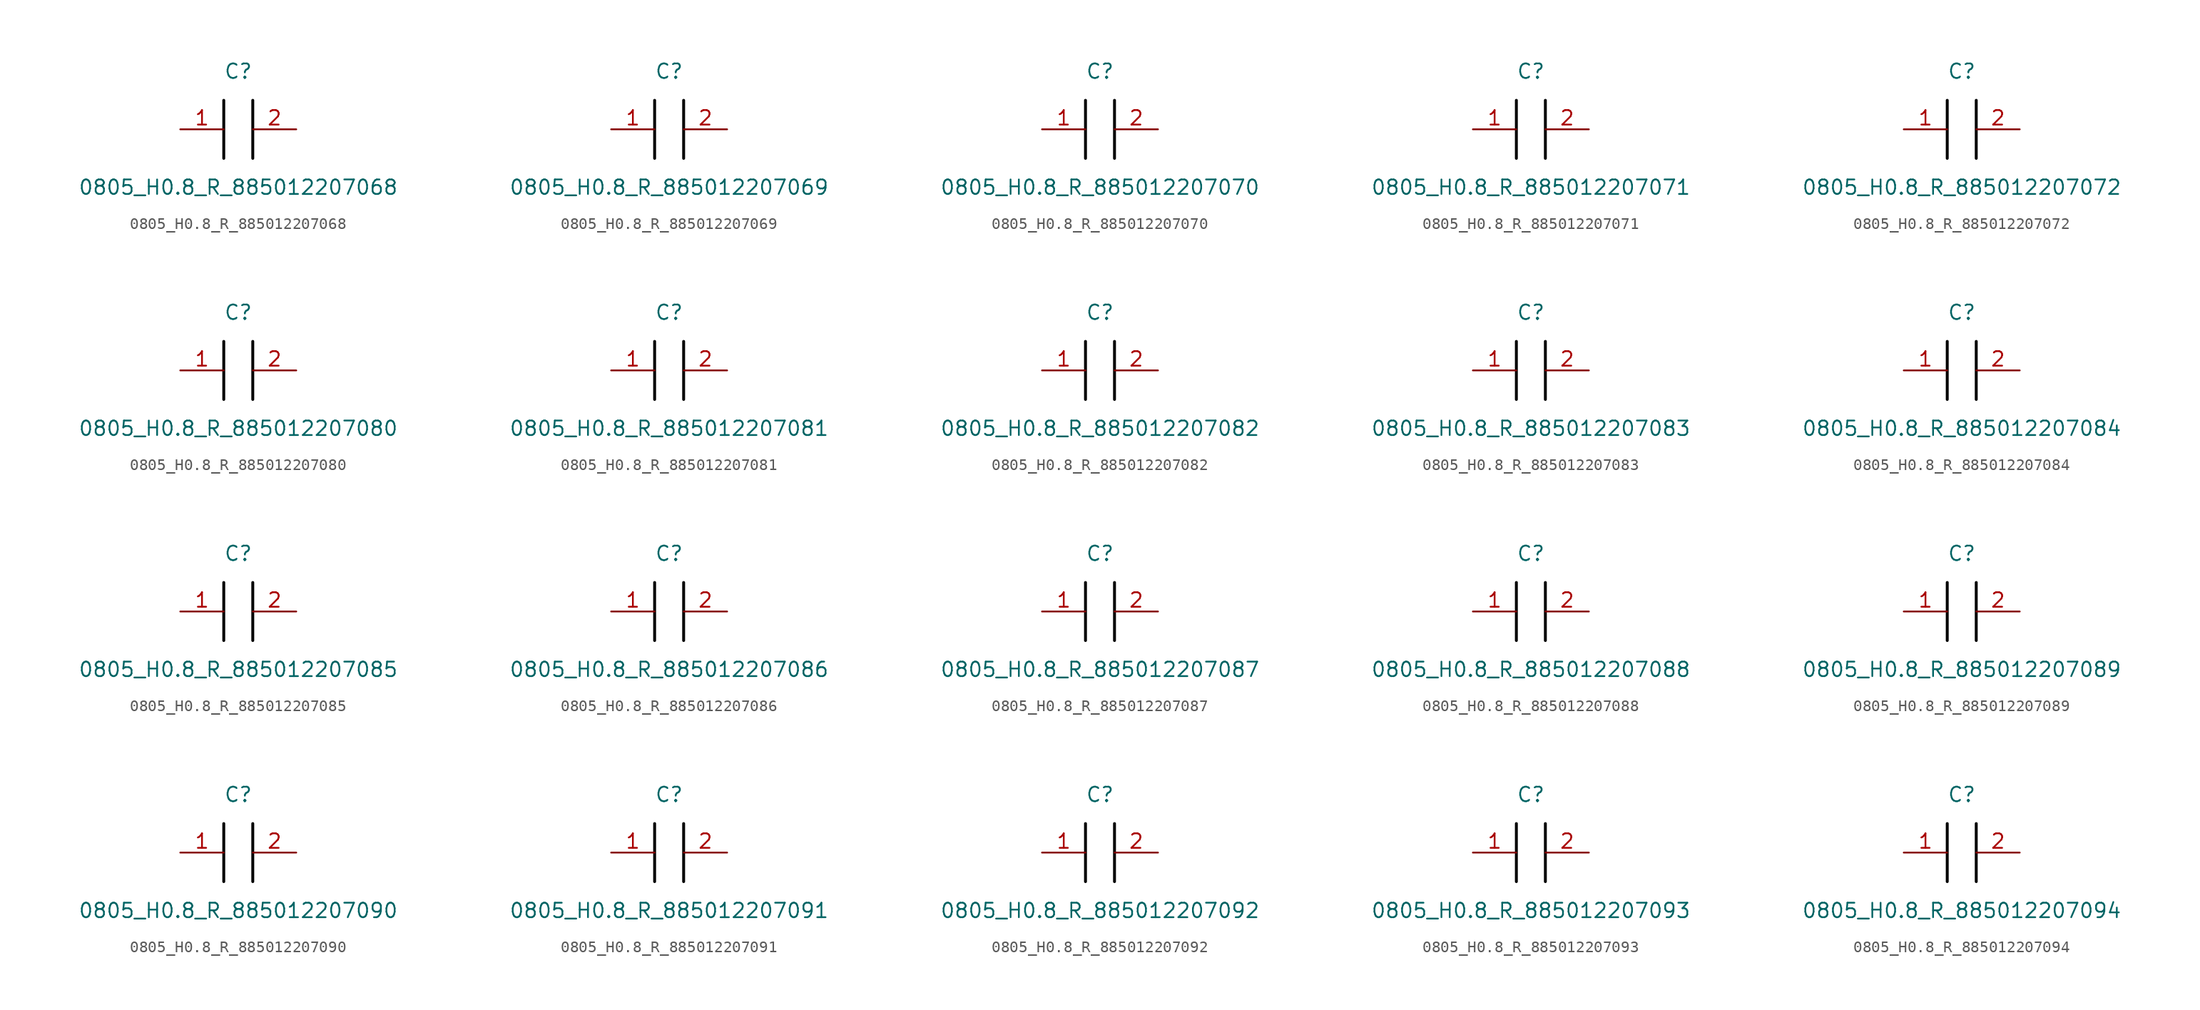
<source format=kicad_sym>
(kicad_symbol_lib
  (version 20220914)
  (generator kicad_symbol_editor)
  (symbol "0805_H0.8_R_885012207068"
    (pin_names hide)
    (property "Reference" "C"
      (at 0 5.08 0)
      (effects (font (size 1.27 1.27))))
    (property "Value" "0805_H0.8_R_885012207068"
      (at 0 -5.08 0)
      (effects (font (size 1.27 1.27))))
    (symbol "0805_H0.8_R_885012207068_1_1"
      (polyline (pts (xy -1.27 2.54) (xy -1.27 -2.54)) (stroke (width 0.254) (type default) (color 0 0 0 1)) (fill (type none)))
      (polyline (pts (xy 1.27 2.54) (xy 1.27 -2.54)) (stroke (width 0.254) (type default) (color 0 0 0 1)) (fill (type none)))
      (pin passive line (at -5.08 0 0) (length 3.81) (name "1" (effects (font (size 1.27 1.27)))) (number "1" (effects (font (size 1.27 1.27)))))
      (pin passive line (at 5.08 0 180) (length 3.81) (name "2" (effects (font (size 1.27 1.27)))) (number "2" (effects (font (size 1.27 1.27)))))))
  (symbol "0805_H0.8_R_885012207069"
    (pin_names hide)
    (property "Reference" "C"
      (at 0 5.08 0)
      (effects (font (size 1.27 1.27))))
    (property "Value" "0805_H0.8_R_885012207069"
      (at 0 -5.08 0)
      (effects (font (size 1.27 1.27))))
    (symbol "0805_H0.8_R_885012207069_1_1"
      (polyline (pts (xy -1.27 2.54) (xy -1.27 -2.54)) (stroke (width 0.254) (type default) (color 0 0 0 1)) (fill (type none)))
      (polyline (pts (xy 1.27 2.54) (xy 1.27 -2.54)) (stroke (width 0.254) (type default) (color 0 0 0 1)) (fill (type none)))
      (pin passive line (at -5.08 0 0) (length 3.81) (name "1" (effects (font (size 1.27 1.27)))) (number "1" (effects (font (size 1.27 1.27)))))
      (pin passive line (at 5.08 0 180) (length 3.81) (name "2" (effects (font (size 1.27 1.27)))) (number "2" (effects (font (size 1.27 1.27)))))))
  (symbol "0805_H0.8_R_885012207070"
    (pin_names hide)
    (property "Reference" "C"
      (at 0 5.08 0)
      (effects (font (size 1.27 1.27))))
    (property "Value" "0805_H0.8_R_885012207070"
      (at 0 -5.08 0)
      (effects (font (size 1.27 1.27))))
    (symbol "0805_H0.8_R_885012207070_1_1"
      (polyline (pts (xy -1.27 2.54) (xy -1.27 -2.54)) (stroke (width 0.254) (type default) (color 0 0 0 1)) (fill (type none)))
      (polyline (pts (xy 1.27 2.54) (xy 1.27 -2.54)) (stroke (width 0.254) (type default) (color 0 0 0 1)) (fill (type none)))
      (pin passive line (at -5.08 0 0) (length 3.81) (name "1" (effects (font (size 1.27 1.27)))) (number "1" (effects (font (size 1.27 1.27)))))
      (pin passive line (at 5.08 0 180) (length 3.81) (name "2" (effects (font (size 1.27 1.27)))) (number "2" (effects (font (size 1.27 1.27)))))))
  (symbol "0805_H0.8_R_885012207071"
    (pin_names hide)
    (property "Reference" "C"
      (at 0 5.08 0)
      (effects (font (size 1.27 1.27))))
    (property "Value" "0805_H0.8_R_885012207071"
      (at 0 -5.08 0)
      (effects (font (size 1.27 1.27))))
    (symbol "0805_H0.8_R_885012207071_1_1"
      (polyline (pts (xy -1.27 2.54) (xy -1.27 -2.54)) (stroke (width 0.254) (type default) (color 0 0 0 1)) (fill (type none)))
      (polyline (pts (xy 1.27 2.54) (xy 1.27 -2.54)) (stroke (width 0.254) (type default) (color 0 0 0 1)) (fill (type none)))
      (pin passive line (at -5.08 0 0) (length 3.81) (name "1" (effects (font (size 1.27 1.27)))) (number "1" (effects (font (size 1.27 1.27)))))
      (pin passive line (at 5.08 0 180) (length 3.81) (name "2" (effects (font (size 1.27 1.27)))) (number "2" (effects (font (size 1.27 1.27)))))))
  (symbol "0805_H0.8_R_885012207072"
    (pin_names hide)
    (property "Reference" "C"
      (at 0 5.08 0)
      (effects (font (size 1.27 1.27))))
    (property "Value" "0805_H0.8_R_885012207072"
      (at 0 -5.08 0)
      (effects (font (size 1.27 1.27))))
    (symbol "0805_H0.8_R_885012207072_1_1"
      (polyline (pts (xy -1.27 2.54) (xy -1.27 -2.54)) (stroke (width 0.254) (type default) (color 0 0 0 1)) (fill (type none)))
      (polyline (pts (xy 1.27 2.54) (xy 1.27 -2.54)) (stroke (width 0.254) (type default) (color 0 0 0 1)) (fill (type none)))
      (pin passive line (at -5.08 0 0) (length 3.81) (name "1" (effects (font (size 1.27 1.27)))) (number "1" (effects (font (size 1.27 1.27)))))
      (pin passive line (at 5.08 0 180) (length 3.81) (name "2" (effects (font (size 1.27 1.27)))) (number "2" (effects (font (size 1.27 1.27)))))))
  (symbol "0805_H0.8_R_885012207080"
    (pin_names hide)
    (property "Reference" "C"
      (at 0 5.08 0)
      (effects (font (size 1.27 1.27))))
    (property "Value" "0805_H0.8_R_885012207080"
      (at 0 -5.08 0)
      (effects (font (size 1.27 1.27))))
    (symbol "0805_H0.8_R_885012207080_1_1"
      (polyline (pts (xy -1.27 2.54) (xy -1.27 -2.54)) (stroke (width 0.254) (type default) (color 0 0 0 1)) (fill (type none)))
      (polyline (pts (xy 1.27 2.54) (xy 1.27 -2.54)) (stroke (width 0.254) (type default) (color 0 0 0 1)) (fill (type none)))
      (pin passive line (at -5.08 0 0) (length 3.81) (name "1" (effects (font (size 1.27 1.27)))) (number "1" (effects (font (size 1.27 1.27)))))
      (pin passive line (at 5.08 0 180) (length 3.81) (name "2" (effects (font (size 1.27 1.27)))) (number "2" (effects (font (size 1.27 1.27)))))))
  (symbol "0805_H0.8_R_885012207081"
    (pin_names hide)
    (property "Reference" "C"
      (at 0 5.08 0)
      (effects (font (size 1.27 1.27))))
    (property "Value" "0805_H0.8_R_885012207081"
      (at 0 -5.08 0)
      (effects (font (size 1.27 1.27))))
    (symbol "0805_H0.8_R_885012207081_1_1"
      (polyline (pts (xy -1.27 2.54) (xy -1.27 -2.54)) (stroke (width 0.254) (type default) (color 0 0 0 1)) (fill (type none)))
      (polyline (pts (xy 1.27 2.54) (xy 1.27 -2.54)) (stroke (width 0.254) (type default) (color 0 0 0 1)) (fill (type none)))
      (pin passive line (at -5.08 0 0) (length 3.81) (name "1" (effects (font (size 1.27 1.27)))) (number "1" (effects (font (size 1.27 1.27)))))
      (pin passive line (at 5.08 0 180) (length 3.81) (name "2" (effects (font (size 1.27 1.27)))) (number "2" (effects (font (size 1.27 1.27)))))))
  (symbol "0805_H0.8_R_885012207082"
    (pin_names hide)
    (property "Reference" "C"
      (at 0 5.08 0)
      (effects (font (size 1.27 1.27))))
    (property "Value" "0805_H0.8_R_885012207082"
      (at 0 -5.08 0)
      (effects (font (size 1.27 1.27))))
    (symbol "0805_H0.8_R_885012207082_1_1"
      (polyline (pts (xy -1.27 2.54) (xy -1.27 -2.54)) (stroke (width 0.254) (type default) (color 0 0 0 1)) (fill (type none)))
      (polyline (pts (xy 1.27 2.54) (xy 1.27 -2.54)) (stroke (width 0.254) (type default) (color 0 0 0 1)) (fill (type none)))
      (pin passive line (at -5.08 0 0) (length 3.81) (name "1" (effects (font (size 1.27 1.27)))) (number "1" (effects (font (size 1.27 1.27)))))
      (pin passive line (at 5.08 0 180) (length 3.81) (name "2" (effects (font (size 1.27 1.27)))) (number "2" (effects (font (size 1.27 1.27)))))))
  (symbol "0805_H0.8_R_885012207083"
    (pin_names hide)
    (property "Reference" "C"
      (at 0 5.08 0)
      (effects (font (size 1.27 1.27))))
    (property "Value" "0805_H0.8_R_885012207083"
      (at 0 -5.08 0)
      (effects (font (size 1.27 1.27))))
    (symbol "0805_H0.8_R_885012207083_1_1"
      (polyline (pts (xy -1.27 2.54) (xy -1.27 -2.54)) (stroke (width 0.254) (type default) (color 0 0 0 1)) (fill (type none)))
      (polyline (pts (xy 1.27 2.54) (xy 1.27 -2.54)) (stroke (width 0.254) (type default) (color 0 0 0 1)) (fill (type none)))
      (pin passive line (at -5.08 0 0) (length 3.81) (name "1" (effects (font (size 1.27 1.27)))) (number "1" (effects (font (size 1.27 1.27)))))
      (pin passive line (at 5.08 0 180) (length 3.81) (name "2" (effects (font (size 1.27 1.27)))) (number "2" (effects (font (size 1.27 1.27)))))))
  (symbol "0805_H0.8_R_885012207084"
    (pin_names hide)
    (property "Reference" "C"
      (at 0 5.08 0)
      (effects (font (size 1.27 1.27))))
    (property "Value" "0805_H0.8_R_885012207084"
      (at 0 -5.08 0)
      (effects (font (size 1.27 1.27))))
    (symbol "0805_H0.8_R_885012207084_1_1"
      (polyline (pts (xy -1.27 2.54) (xy -1.27 -2.54)) (stroke (width 0.254) (type default) (color 0 0 0 1)) (fill (type none)))
      (polyline (pts (xy 1.27 2.54) (xy 1.27 -2.54)) (stroke (width 0.254) (type default) (color 0 0 0 1)) (fill (type none)))
      (pin passive line (at -5.08 0 0) (length 3.81) (name "1" (effects (font (size 1.27 1.27)))) (number "1" (effects (font (size 1.27 1.27)))))
      (pin passive line (at 5.08 0 180) (length 3.81) (name "2" (effects (font (size 1.27 1.27)))) (number "2" (effects (font (size 1.27 1.27)))))))
  (symbol "0805_H0.8_R_885012207085"
    (pin_names hide)
    (property "Reference" "C"
      (at 0 5.08 0)
      (effects (font (size 1.27 1.27))))
    (property "Value" "0805_H0.8_R_885012207085"
      (at 0 -5.08 0)
      (effects (font (size 1.27 1.27))))
    (symbol "0805_H0.8_R_885012207085_1_1"
      (polyline (pts (xy -1.27 2.54) (xy -1.27 -2.54)) (stroke (width 0.254) (type default) (color 0 0 0 1)) (fill (type none)))
      (polyline (pts (xy 1.27 2.54) (xy 1.27 -2.54)) (stroke (width 0.254) (type default) (color 0 0 0 1)) (fill (type none)))
      (pin passive line (at -5.08 0 0) (length 3.81) (name "1" (effects (font (size 1.27 1.27)))) (number "1" (effects (font (size 1.27 1.27)))))
      (pin passive line (at 5.08 0 180) (length 3.81) (name "2" (effects (font (size 1.27 1.27)))) (number "2" (effects (font (size 1.27 1.27)))))))
  (symbol "0805_H0.8_R_885012207086"
    (pin_names hide)
    (property "Reference" "C"
      (at 0 5.08 0)
      (effects (font (size 1.27 1.27))))
    (property "Value" "0805_H0.8_R_885012207086"
      (at 0 -5.08 0)
      (effects (font (size 1.27 1.27))))
    (symbol "0805_H0.8_R_885012207086_1_1"
      (polyline (pts (xy -1.27 2.54) (xy -1.27 -2.54)) (stroke (width 0.254) (type default) (color 0 0 0 1)) (fill (type none)))
      (polyline (pts (xy 1.27 2.54) (xy 1.27 -2.54)) (stroke (width 0.254) (type default) (color 0 0 0 1)) (fill (type none)))
      (pin passive line (at -5.08 0 0) (length 3.81) (name "1" (effects (font (size 1.27 1.27)))) (number "1" (effects (font (size 1.27 1.27)))))
      (pin passive line (at 5.08 0 180) (length 3.81) (name "2" (effects (font (size 1.27 1.27)))) (number "2" (effects (font (size 1.27 1.27)))))))
  (symbol "0805_H0.8_R_885012207087"
    (pin_names hide)
    (property "Reference" "C"
      (at 0 5.08 0)
      (effects (font (size 1.27 1.27))))
    (property "Value" "0805_H0.8_R_885012207087"
      (at 0 -5.08 0)
      (effects (font (size 1.27 1.27))))
    (symbol "0805_H0.8_R_885012207087_1_1"
      (polyline (pts (xy -1.27 2.54) (xy -1.27 -2.54)) (stroke (width 0.254) (type default) (color 0 0 0 1)) (fill (type none)))
      (polyline (pts (xy 1.27 2.54) (xy 1.27 -2.54)) (stroke (width 0.254) (type default) (color 0 0 0 1)) (fill (type none)))
      (pin passive line (at -5.08 0 0) (length 3.81) (name "1" (effects (font (size 1.27 1.27)))) (number "1" (effects (font (size 1.27 1.27)))))
      (pin passive line (at 5.08 0 180) (length 3.81) (name "2" (effects (font (size 1.27 1.27)))) (number "2" (effects (font (size 1.27 1.27)))))))
  (symbol "0805_H0.8_R_885012207088"
    (pin_names hide)
    (property "Reference" "C"
      (at 0 5.08 0)
      (effects (font (size 1.27 1.27))))
    (property "Value" "0805_H0.8_R_885012207088"
      (at 0 -5.08 0)
      (effects (font (size 1.27 1.27))))
    (symbol "0805_H0.8_R_885012207088_1_1"
      (polyline (pts (xy -1.27 2.54) (xy -1.27 -2.54)) (stroke (width 0.254) (type default) (color 0 0 0 1)) (fill (type none)))
      (polyline (pts (xy 1.27 2.54) (xy 1.27 -2.54)) (stroke (width 0.254) (type default) (color 0 0 0 1)) (fill (type none)))
      (pin passive line (at -5.08 0 0) (length 3.81) (name "1" (effects (font (size 1.27 1.27)))) (number "1" (effects (font (size 1.27 1.27)))))
      (pin passive line (at 5.08 0 180) (length 3.81) (name "2" (effects (font (size 1.27 1.27)))) (number "2" (effects (font (size 1.27 1.27)))))))
  (symbol "0805_H0.8_R_885012207089"
    (pin_names hide)
    (property "Reference" "C"
      (at 0 5.08 0)
      (effects (font (size 1.27 1.27))))
    (property "Value" "0805_H0.8_R_885012207089"
      (at 0 -5.08 0)
      (effects (font (size 1.27 1.27))))
    (symbol "0805_H0.8_R_885012207089_1_1"
      (polyline (pts (xy -1.27 2.54) (xy -1.27 -2.54)) (stroke (width 0.254) (type default) (color 0 0 0 1)) (fill (type none)))
      (polyline (pts (xy 1.27 2.54) (xy 1.27 -2.54)) (stroke (width 0.254) (type default) (color 0 0 0 1)) (fill (type none)))
      (pin passive line (at -5.08 0 0) (length 3.81) (name "1" (effects (font (size 1.27 1.27)))) (number "1" (effects (font (size 1.27 1.27)))))
      (pin passive line (at 5.08 0 180) (length 3.81) (name "2" (effects (font (size 1.27 1.27)))) (number "2" (effects (font (size 1.27 1.27)))))))
  (symbol "0805_H0.8_R_885012207090"
    (pin_names hide)
    (property "Reference" "C"
      (at 0 5.08 0)
      (effects (font (size 1.27 1.27))))
    (property "Value" "0805_H0.8_R_885012207090"
      (at 0 -5.08 0)
      (effects (font (size 1.27 1.27))))
    (symbol "0805_H0.8_R_885012207090_1_1"
      (polyline (pts (xy -1.27 2.54) (xy -1.27 -2.54)) (stroke (width 0.254) (type default) (color 0 0 0 1)) (fill (type none)))
      (polyline (pts (xy 1.27 2.54) (xy 1.27 -2.54)) (stroke (width 0.254) (type default) (color 0 0 0 1)) (fill (type none)))
      (pin passive line (at -5.08 0 0) (length 3.81) (name "1" (effects (font (size 1.27 1.27)))) (number "1" (effects (font (size 1.27 1.27)))))
      (pin passive line (at 5.08 0 180) (length 3.81) (name "2" (effects (font (size 1.27 1.27)))) (number "2" (effects (font (size 1.27 1.27)))))))
  (symbol "0805_H0.8_R_885012207091"
    (pin_names hide)
    (property "Reference" "C"
      (at 0 5.08 0)
      (effects (font (size 1.27 1.27))))
    (property "Value" "0805_H0.8_R_885012207091"
      (at 0 -5.08 0)
      (effects (font (size 1.27 1.27))))
    (symbol "0805_H0.8_R_885012207091_1_1"
      (polyline (pts (xy -1.27 2.54) (xy -1.27 -2.54)) (stroke (width 0.254) (type default) (color 0 0 0 1)) (fill (type none)))
      (polyline (pts (xy 1.27 2.54) (xy 1.27 -2.54)) (stroke (width 0.254) (type default) (color 0 0 0 1)) (fill (type none)))
      (pin passive line (at -5.08 0 0) (length 3.81) (name "1" (effects (font (size 1.27 1.27)))) (number "1" (effects (font (size 1.27 1.27)))))
      (pin passive line (at 5.08 0 180) (length 3.81) (name "2" (effects (font (size 1.27 1.27)))) (number "2" (effects (font (size 1.27 1.27)))))))
  (symbol "0805_H0.8_R_885012207092"
    (pin_names hide)
    (property "Reference" "C"
      (at 0 5.08 0)
      (effects (font (size 1.27 1.27))))
    (property "Value" "0805_H0.8_R_885012207092"
      (at 0 -5.08 0)
      (effects (font (size 1.27 1.27))))
    (symbol "0805_H0.8_R_885012207092_1_1"
      (polyline (pts (xy -1.27 2.54) (xy -1.27 -2.54)) (stroke (width 0.254) (type default) (color 0 0 0 1)) (fill (type none)))
      (polyline (pts (xy 1.27 2.54) (xy 1.27 -2.54)) (stroke (width 0.254) (type default) (color 0 0 0 1)) (fill (type none)))
      (pin passive line (at -5.08 0 0) (length 3.81) (name "1" (effects (font (size 1.27 1.27)))) (number "1" (effects (font (size 1.27 1.27)))))
      (pin passive line (at 5.08 0 180) (length 3.81) (name "2" (effects (font (size 1.27 1.27)))) (number "2" (effects (font (size 1.27 1.27)))))))
  (symbol "0805_H0.8_R_885012207093"
    (pin_names hide)
    (property "Reference" "C"
      (at 0 5.08 0)
      (effects (font (size 1.27 1.27))))
    (property "Value" "0805_H0.8_R_885012207093"
      (at 0 -5.08 0)
      (effects (font (size 1.27 1.27))))
    (symbol "0805_H0.8_R_885012207093_1_1"
      (polyline (pts (xy -1.27 2.54) (xy -1.27 -2.54)) (stroke (width 0.254) (type default) (color 0 0 0 1)) (fill (type none)))
      (polyline (pts (xy 1.27 2.54) (xy 1.27 -2.54)) (stroke (width 0.254) (type default) (color 0 0 0 1)) (fill (type none)))
      (pin passive line (at -5.08 0 0) (length 3.81) (name "1" (effects (font (size 1.27 1.27)))) (number "1" (effects (font (size 1.27 1.27)))))
      (pin passive line (at 5.08 0 180) (length 3.81) (name "2" (effects (font (size 1.27 1.27)))) (number "2" (effects (font (size 1.27 1.27)))))))
  (symbol "0805_H0.8_R_885012207094"
    (pin_names hide)
    (property "Reference" "C"
      (at 0 5.08 0)
      (effects (font (size 1.27 1.27))))
    (property "Value" "0805_H0.8_R_885012207094"
      (at 0 -5.08 0)
      (effects (font (size 1.27 1.27))))
    (symbol "0805_H0.8_R_885012207094_1_1"
      (polyline (pts (xy -1.27 2.54) (xy -1.27 -2.54)) (stroke (width 0.254) (type default) (color 0 0 0 1)) (fill (type none)))
      (polyline (pts (xy 1.27 2.54) (xy 1.27 -2.54)) (stroke (width 0.254) (type default) (color 0 0 0 1)) (fill (type none)))
      (pin passive line (at -5.08 0 0) (length 3.81) (name "1" (effects (font (size 1.27 1.27)))) (number "1" (effects (font (size 1.27 1.27)))))
      (pin passive line (at 5.08 0 180) (length 3.81) (name "2" (effects (font (size 1.27 1.27)))) (number "2" (effects (font (size 1.27 1.27))))))))
</source>
